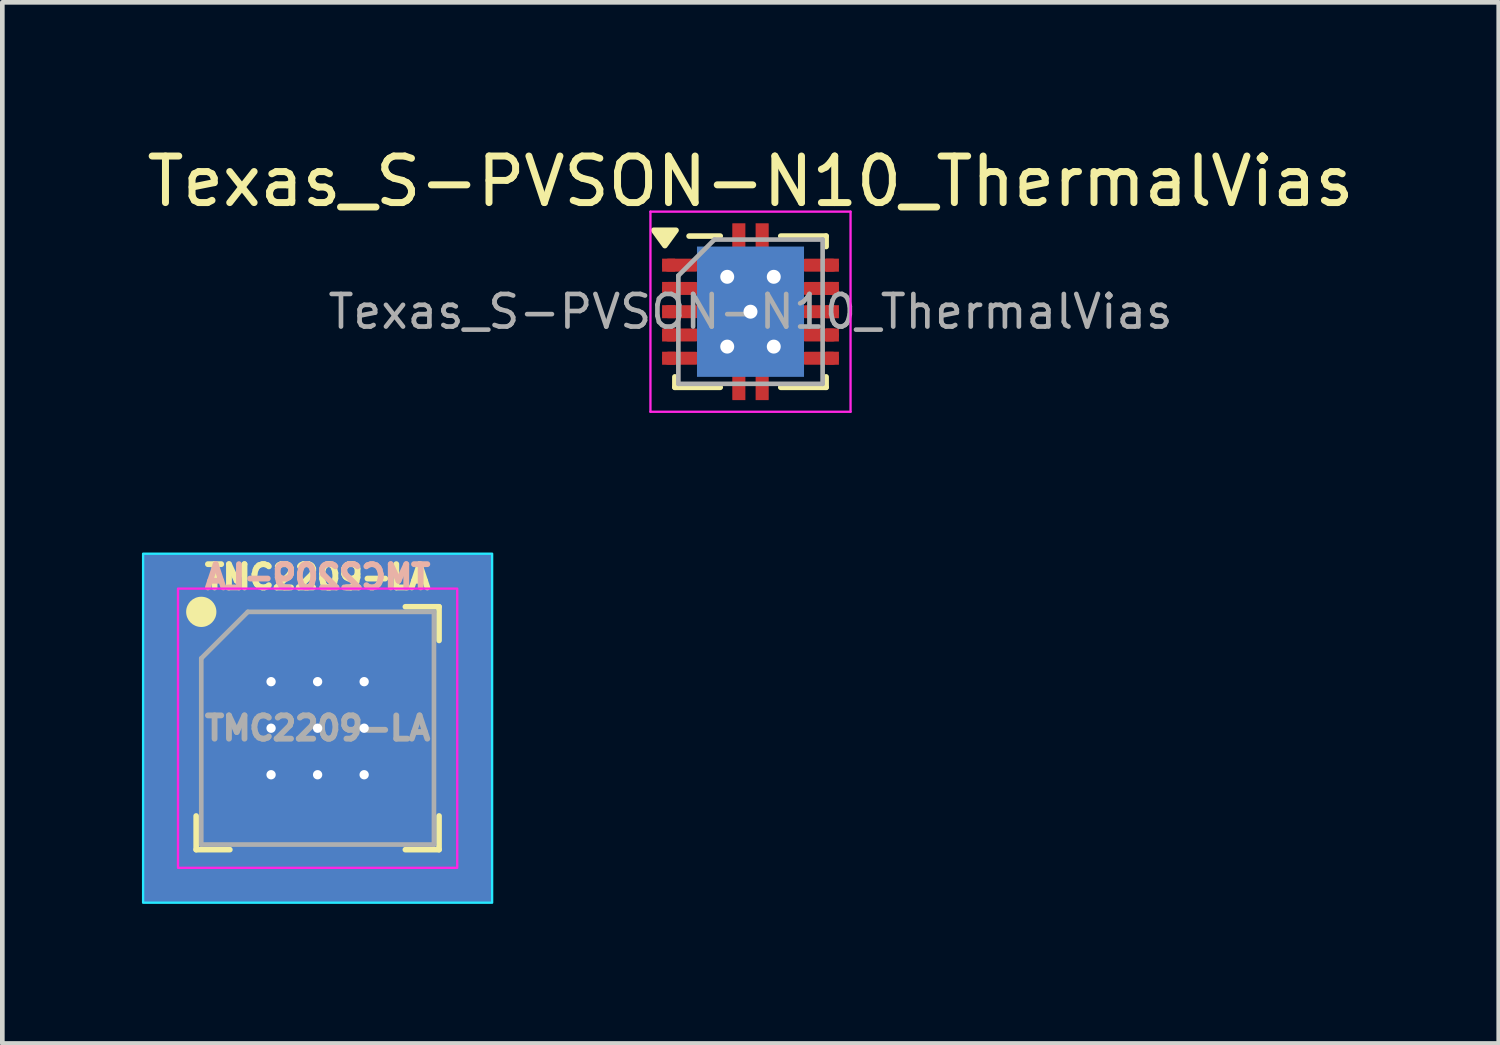
<source format=kicad_pcb>
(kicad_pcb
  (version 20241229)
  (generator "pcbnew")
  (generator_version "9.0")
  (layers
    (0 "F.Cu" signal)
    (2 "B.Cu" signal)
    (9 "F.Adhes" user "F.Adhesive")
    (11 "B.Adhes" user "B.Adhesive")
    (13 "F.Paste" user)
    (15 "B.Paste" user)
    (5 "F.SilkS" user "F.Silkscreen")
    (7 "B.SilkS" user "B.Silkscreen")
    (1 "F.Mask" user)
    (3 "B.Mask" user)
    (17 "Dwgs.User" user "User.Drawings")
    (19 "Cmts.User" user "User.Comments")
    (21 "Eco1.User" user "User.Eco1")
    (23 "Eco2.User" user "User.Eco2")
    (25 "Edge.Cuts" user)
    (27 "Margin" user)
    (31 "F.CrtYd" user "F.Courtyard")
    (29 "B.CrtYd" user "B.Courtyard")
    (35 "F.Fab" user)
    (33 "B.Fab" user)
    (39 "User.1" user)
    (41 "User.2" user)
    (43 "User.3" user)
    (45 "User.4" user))
  (footprint "Texas_S-PVSON-N10_ThermalVias"
    (layer "F.Cu")
    (at 13.077 3.648)
    (property "Reference" "Texas_S-PVSON-N10_ThermalVias" (at 0 -2.8 0) (layer "F.SilkS") (effects (font (size 1 1) (thickness 0.15))))
    (attr smd)
    (fp_line (start -1.625 1.625) (end -1.625 1.4) (stroke (width 0.12) (type solid)) (layer "F.SilkS"))
    (fp_line (start -1.625 1.625) (end -0.65 1.625) (stroke (width 0.12) (type solid)) (layer "F.SilkS"))
    (fp_line (start -1.32 -1.625) (end -0.65 -1.625) (stroke (width 0.12) (type solid)) (layer "F.SilkS"))
    (fp_line (start 0.65 -1.625) (end 1.625 -1.625) (stroke (width 0.12) (type solid)) (layer "F.SilkS"))
    (fp_line (start 0.65 1.625) (end 1.625 1.625) (stroke (width 0.12) (type solid)) (layer "F.SilkS"))
    (fp_line (start 1.625 -1.4) (end 1.625 -1.625) (stroke (width 0.12) (type solid)) (layer "F.SilkS"))
    (fp_line (start 1.625 1.4) (end 1.625 1.625) (stroke (width 0.12) (type solid)) (layer "F.SilkS"))
    (fp_poly (pts (xy -1.84 -1.42) (xy -2.08 -1.75) (xy -1.6 -1.75) (xy -1.84 -1.42)) (stroke (width 0.12) (type solid)) (fill yes) (layer "F.SilkS"))
    (fp_line (start -2.15 -2.15) (end -2.15 2.15) (stroke (width 0.05) (type solid)) (layer "F.CrtYd"))
    (fp_line (start -2.15 -2.15) (end 2.15 -2.15) (stroke (width 0.05) (type solid)) (layer "F.CrtYd"))
    (fp_line (start -2.15 2.15) (end 2.15 2.15) (stroke (width 0.05) (type solid)) (layer "F.CrtYd"))
    (fp_line (start 2.15 -2.15) (end 2.15 2.15) (stroke (width 0.05) (type solid)) (layer "F.CrtYd"))
    (fp_line (start -1.55 1.55) (end -1.55 -0.775) (stroke (width 0.1) (type solid)) (layer "F.Fab"))
    (fp_line (start -0.775 -1.55) (end -1.55 -0.775) (stroke (width 0.1) (type solid)) (layer "F.Fab"))
    (fp_line (start -0.775 -1.55) (end 1.55 -1.55) (stroke (width 0.1) (type solid)) (layer "F.Fab"))
    (fp_line (start 1.55 -1.55) (end 1.55 1.55) (stroke (width 0.1) (type solid)) (layer "F.Fab"))
    (fp_line (start 1.55 1.55) (end -1.55 1.55) (stroke (width 0.1) (type solid)) (layer "F.Fab"))
    (fp_text user "${REFERENCE}" (at 0 0 0) (layer "F.Fab") (effects (font (size 0.7 0.7) (thickness 0.1))))
    (pad "1" smd rect (at -1.76 -1) (size 0.28 0.28) (layers "F.Cu" "F.Mask" "F.Paste"))
    (pad "1" smd oval (at -1.475 -1) (size 0.85 0.28) (layers "F.Cu" "F.Mask" "F.Paste"))
    (pad "2" smd rect (at -1.76 -0.5) (size 0.28 0.28) (layers "F.Cu" "F.Mask" "F.Paste"))
    (pad "2" smd oval (at -1.475 -0.5) (size 0.85 0.28) (layers "F.Cu" "F.Mask" "F.Paste"))
    (pad "3" smd rect (at -1.76 0) (size 0.28 0.28) (layers "F.Cu" "F.Mask" "F.Paste"))
    (pad "3" smd oval (at -1.475 0) (size 0.85 0.28) (layers "F.Cu" "F.Mask" "F.Paste"))
    (pad "4" smd rect (at -1.76 0.5) (size 0.28 0.28) (layers "F.Cu" "F.Mask" "F.Paste"))
    (pad "4" smd oval (at -1.475 0.5) (size 0.85 0.28) (layers "F.Cu" "F.Mask" "F.Paste"))
    (pad "5" smd rect (at -1.76 1) (size 0.28 0.28) (layers "F.Cu" "F.Mask" "F.Paste"))
    (pad "5" smd oval (at -1.475 1) (size 0.85 0.28) (layers "F.Cu" "F.Mask" "F.Paste"))
    (pad "6" smd oval (at 1.475 1) (size 0.85 0.28) (layers "F.Cu" "F.Mask" "F.Paste"))
    (pad "6" smd rect (at 1.76 1) (size 0.28 0.28) (layers "F.Cu" "F.Mask" "F.Paste"))
    (pad "7" smd oval (at 1.475 0.5) (size 0.85 0.28) (layers "F.Cu" "F.Mask" "F.Paste"))
    (pad "7" smd rect (at 1.76 0.5) (size 0.28 0.28) (layers "F.Cu" "F.Mask" "F.Paste"))
    (pad "8" smd oval (at 1.475 0) (size 0.85 0.28) (layers "F.Cu" "F.Mask" "F.Paste"))
    (pad "8" smd rect (at 1.76 0) (size 0.28 0.28) (layers "F.Cu" "F.Mask" "F.Paste"))
    (pad "9" smd oval (at 1.475 -0.5) (size 0.85 0.28) (layers "F.Cu" "F.Mask" "F.Paste"))
    (pad "9" smd rect (at 1.76 -0.5) (size 0.28 0.28) (layers "F.Cu" "F.Mask" "F.Paste"))
    (pad "10" smd oval (at 1.475 -1) (size 0.85 0.28) (layers "F.Cu" "F.Mask" "F.Paste"))
    (pad "10" smd rect (at 1.76 -1) (size 0.28 0.28) (layers "F.Cu" "F.Mask" "F.Paste"))
    (pad "11" thru_hole circle (at -0.5 -0.75) (size 0.6 0.6) (drill 0.3) (layers "*.Cu" "*.Mask"))
    (pad "11" thru_hole circle (at -0.5 0.75) (size 0.6 0.6) (drill 0.3) (layers "*.Cu" "*.Mask"))
    (pad "11" smd rect (at -0.45 -0.635) (size 0.68 1.05) (layers "F.Cu" "F.Mask" "F.Paste"))
    (pad "11" smd rect (at -0.45 0.635) (size 0.68 1.05) (layers "F.Cu" "F.Mask" "F.Paste"))
    (pad "11" smd rect (at -0.25 -1.63) (size 0.26 0.5) (layers "F.Cu" "F.Mask" "F.Paste"))
    (pad "11" smd rect (at -0.25 -1.55) (size 0.28 0.7) (layers "F.Cu" "F.Mask"))
    (pad "11" smd rect (at -0.25 1.55) (size 0.28 0.7) (layers "F.Cu" "F.Mask"))
    (pad "11" smd rect (at -0.25 1.63) (size 0.26 0.5) (layers "F.Cu" "F.Mask" "F.Paste"))
    (pad "11" thru_hole circle (at 0 0) (size 0.6 0.6) (drill 0.3) (layers "*.Cu" "*.Mask"))
    (pad "11" smd rect (at 0 0) (size 1.65 2.4) (layers "F.Cu" "F.Mask"))
    (pad "11" smd rect (at 0 0) (size 2.3 2.8) (layers "B.Cu"))
    (pad "11" smd rect (at 0.25 -1.63) (size 0.26 0.5) (layers "F.Cu" "F.Mask" "F.Paste"))
    (pad "11" smd rect (at 0.25 -1.55) (size 0.28 0.7) (layers "F.Cu" "F.Mask"))
    (pad "11" smd rect (at 0.25 1.55) (size 0.28 0.7) (layers "F.Cu" "F.Mask"))
    (pad "11" smd rect (at 0.25 1.63) (size 0.26 0.5) (layers "F.Cu" "F.Mask" "F.Paste"))
    (pad "11" smd rect (at 0.45 -0.635) (size 0.68 1.05) (layers "F.Cu" "F.Mask" "F.Paste"))
    (pad "11" smd rect (at 0.45 0.635) (size 0.68 1.05) (layers "F.Cu" "F.Mask" "F.Paste"))
    (pad "11" thru_hole circle (at 0.5 -0.75) (size 0.6 0.6) (drill 0.3) (layers "*.Cu" "*.Mask"))
    (pad "11" thru_hole circle (at 0.5 0.75) (size 0.6 0.6) (drill 0.3) (layers "*.Cu" "*.Mask")))
  (footprint "TMC2209-LA"
    (layer "F.Cu")
    (at 3.775 12.598)
    (property "Reference" "TMC2209-LA" (at 0 -3.25 0) (layer "F.SilkS") (effects (font (size 0.5 0.5) (thickness 0.125))))
    (property "Value" "TMC2209-LA" (at 0 3.25 0) (layer "F.Fab") (hide yes) (effects (font (size 0.5 0.5) (thickness 0.125))))
    (attr smd)
    (fp_line (start -2.61 2.61) (end -2.61 1.885) (stroke (width 0.12) (type solid)) (layer "F.SilkS"))
    (fp_line (start -1.885 2.61) (end -2.61 2.61) (stroke (width 0.12) (type solid)) (layer "F.SilkS"))
    (fp_line (start 1.885 -2.61) (end 2.61 -2.61) (stroke (width 0.12) (type solid)) (layer "F.SilkS"))
    (fp_line (start 1.885 2.61) (end 2.61 2.61) (stroke (width 0.12) (type solid)) (layer "F.SilkS"))
    (fp_line (start 2.61 -2.61) (end 2.61 -1.885) (stroke (width 0.12) (type solid)) (layer "F.SilkS"))
    (fp_line (start 2.61 2.61) (end 2.61 1.885) (stroke (width 0.12) (type solid)) (layer "F.SilkS"))
    (fp_circle (center -2.5 -2.5) (end -2.25 -2.5) (stroke (width 0.15) (type solid)) (fill yes) (layer "F.SilkS"))
    (fp_rect (start -3.75 -3.75) (end 3.75 3.75) (stroke (width 0.05) (type default)) (fill no) (layer "B.CrtYd"))
    (fp_rect (start -3 -3) (end 3 3) (stroke (width 0.05) (type default)) (fill no) (layer "F.CrtYd"))
    (fp_line (start -2.5 -1.5) (end -1.5 -2.5) (stroke (width 0.1) (type solid)) (layer "F.Fab"))
    (fp_line (start -2.5 2.5) (end -2.5 -1.5) (stroke (width 0.1) (type solid)) (layer "F.Fab"))
    (fp_line (start -1.5 -2.5) (end 2.5 -2.5) (stroke (width 0.1) (type solid)) (layer "F.Fab"))
    (fp_line (start 2.5 -2.5) (end 2.5 2.5) (stroke (width 0.1) (type solid)) (layer "F.Fab"))
    (fp_line (start 2.5 2.5) (end -2.5 2.5) (stroke (width 0.1) (type solid)) (layer "F.Fab"))
    (fp_text user "${VALUE}" (at 0 -3.25 0) (layer "B.SilkS") (effects (font (size 0.5 0.5) (thickness 0.125)) (justify mirror)))
    (fp_text user "${REFERENCE}" (at 0 0 0) (layer "F.Fab") (effects (font (size 0.5 0.5) (thickness 0.125))))
    (pad "" smd custom (at -1.337 -1.337) (size 0.437 0.437) (layers "F.Paste") (options (anchor circle)) (primitives (gr_poly (pts (xy -0.165 -0.165) (xy 0.165 -0.165) (xy 0.165 0.076) (xy 0.076 0.165) (xy -0.165 0.165)) (width 0.215) (fill yes))))
    (pad "" smd custom (at -1.337 -0.5) (size 0.459 0.459) (layers "F.Paste") (options (anchor circle)) (primitives (gr_poly (pts (xy -0.187 -0.318) (xy 0.116 -0.318) (xy 0.187 -0.247) (xy 0.187 0.247) (xy 0.116 0.318) (xy -0.187 0.318)) (width 0.17) (fill yes))))
    (pad "" smd custom (at -1.337 0.5) (size 0.459 0.459) (layers "F.Paste") (options (anchor circle)) (primitives (gr_poly (pts (xy -0.187 -0.318) (xy 0.116 -0.318) (xy 0.187 -0.247) (xy 0.187 0.247) (xy 0.116 0.318) (xy -0.187 0.318)) (width 0.17) (fill yes))))
    (pad "" smd custom (at -1.337 1.337) (size 0.437 0.437) (layers "F.Paste") (options (anchor circle)) (primitives (gr_poly (pts (xy -0.165 -0.165) (xy 0.076 -0.165) (xy 0.165 -0.076) (xy 0.165 0.165) (xy -0.165 0.165)) (width 0.215) (fill yes))))
    (pad "" smd custom (at -0.5 -1.337) (size 0.459 0.459) (layers "F.Paste") (options (anchor circle)) (primitives (gr_poly (pts (xy -0.318 -0.187) (xy 0.318 -0.187) (xy 0.318 0.116) (xy 0.247 0.187) (xy -0.247 0.187) (xy -0.318 0.116)) (width 0.17) (fill yes))))
    (pad "" smd roundrect (at -0.5 -0.5) (size 0.806 0.806) (layers "F.Paste") (roundrect_rratio 0.25))
    (pad "" smd roundrect (at -0.5 0.5) (size 0.806 0.806) (layers "F.Paste") (roundrect_rratio 0.25))
    (pad "" smd custom (at -0.5 1.337) (size 0.459 0.459) (layers "F.Paste") (options (anchor circle)) (primitives (gr_poly (pts (xy -0.318 -0.116) (xy -0.247 -0.187) (xy 0.247 -0.187) (xy 0.318 -0.116) (xy 0.318 0.187) (xy -0.318 0.187)) (width 0.17) (fill yes))))
    (pad "" smd custom (at 0.5 -1.337) (size 0.459 0.459) (layers "F.Paste") (options (anchor circle)) (primitives (gr_poly (pts (xy -0.318 -0.187) (xy 0.318 -0.187) (xy 0.318 0.116) (xy 0.247 0.187) (xy -0.247 0.187) (xy -0.318 0.116)) (width 0.17) (fill yes))))
    (pad "" smd roundrect (at 0.5 -0.5) (size 0.806 0.806) (layers "F.Paste") (roundrect_rratio 0.25))
    (pad "" smd roundrect (at 0.5 0.5) (size 0.806 0.806) (layers "F.Paste") (roundrect_rratio 0.25))
    (pad "" smd custom (at 0.5 1.337) (size 0.459 0.459) (layers "F.Paste") (options (anchor circle)) (primitives (gr_poly (pts (xy -0.318 -0.116) (xy -0.247 -0.187) (xy 0.247 -0.187) (xy 0.318 -0.116) (xy 0.318 0.187) (xy -0.318 0.187)) (width 0.17) (fill yes))))
    (pad "" smd custom (at 1.337 -1.337) (size 0.437 0.437) (layers "F.Paste") (options (anchor circle)) (primitives (gr_poly (pts (xy -0.165 -0.165) (xy 0.165 -0.165) (xy 0.165 0.165) (xy -0.076 0.165) (xy -0.165 0.076)) (width 0.215) (fill yes))))
    (pad "" smd custom (at 1.337 -0.5) (size 0.459 0.459) (layers "F.Paste") (options (anchor circle)) (primitives (gr_poly (pts (xy -0.187 -0.247) (xy -0.116 -0.318) (xy 0.187 -0.318) (xy 0.187 0.318) (xy -0.116 0.318) (xy -0.187 0.247)) (width 0.17) (fill yes))))
    (pad "" smd custom (at 1.337 0.5) (size 0.459 0.459) (layers "F.Paste") (options (anchor circle)) (primitives (gr_poly (pts (xy -0.187 -0.247) (xy -0.116 -0.318) (xy 0.187 -0.318) (xy 0.187 0.318) (xy -0.116 0.318) (xy -0.187 0.247)) (width 0.17) (fill yes))))
    (pad "" smd custom (at 1.337 1.337) (size 0.437 0.437) (layers "F.Paste") (options (anchor circle)) (primitives (gr_poly (pts (xy -0.165 -0.076) (xy -0.076 -0.165) (xy 0.165 -0.165) (xy 0.165 0.165) (xy -0.165 0.165)) (width 0.215) (fill yes))))
    (pad "1" smd roundrect (at -2.5 -1.5) (size 0.8 0.33) (layers "F.Cu" "F.Mask" "F.Paste") (roundrect_rratio 0.25))
    (pad "2" smd roundrect (at -2.5 -1) (size 0.8 0.33) (layers "F.Cu" "F.Mask" "F.Paste") (roundrect_rratio 0.25))
    (pad "3" smd roundrect (at -2.5 -0.5) (size 0.8 0.33) (layers "F.Cu" "F.Mask" "F.Paste") (roundrect_rratio 0.25))
    (pad "4" smd roundrect (at -2.5 0) (size 0.8 0.33) (layers "F.Cu" "F.Mask" "F.Paste") (roundrect_rratio 0.25))
    (pad "5" smd roundrect (at -2.5 0.5) (size 0.8 0.33) (layers "F.Cu" "F.Mask" "F.Paste") (roundrect_rratio 0.25))
    (pad "6" smd roundrect (at -2.5 1) (size 0.8 0.33) (layers "F.Cu" "F.Mask" "F.Paste") (roundrect_rratio 0.25))
    (pad "7" smd roundrect (at -2.5 1.5) (size 0.8 0.33) (layers "F.Cu" "F.Mask" "F.Paste") (roundrect_rratio 0.25))
    (pad "8" smd roundrect (at -1.5 2.5) (size 0.33 0.8) (layers "F.Cu" "F.Mask" "F.Paste") (roundrect_rratio 0.25))
    (pad "9" smd roundrect (at -1 2.5) (size 0.33 0.8) (layers "F.Cu" "F.Mask" "F.Paste") (roundrect_rratio 0.25))
    (pad "10" smd roundrect (at -0.5 2.5) (size 0.33 0.8) (layers "F.Cu" "F.Mask" "F.Paste") (roundrect_rratio 0.25))
    (pad "11" smd roundrect (at 0 2.5) (size 0.33 0.8) (layers "F.Cu" "F.Mask" "F.Paste") (roundrect_rratio 0.25))
    (pad "12" smd roundrect (at 0.5 2.5) (size 0.33 0.8) (layers "F.Cu" "F.Mask" "F.Paste") (roundrect_rratio 0.25))
    (pad "13" smd roundrect (at 1 2.5) (size 0.33 0.8) (layers "F.Cu" "F.Mask" "F.Paste") (roundrect_rratio 0.25))
    (pad "14" smd roundrect (at 1.5 2.5) (size 0.33 0.8) (layers "F.Cu" "F.Mask" "F.Paste") (roundrect_rratio 0.25))
    (pad "15" smd roundrect (at 2.5 1.5) (size 0.8 0.33) (layers "F.Cu" "F.Mask" "F.Paste") (roundrect_rratio 0.25))
    (pad "16" smd roundrect (at 2.5 1) (size 0.8 0.33) (layers "F.Cu" "F.Mask" "F.Paste") (roundrect_rratio 0.25))
    (pad "17" smd roundrect (at 2.5 0.5) (size 0.8 0.33) (layers "F.Cu" "F.Mask" "F.Paste") (roundrect_rratio 0.25))
    (pad "18" smd roundrect (at 2.5 0) (size 0.8 0.33) (layers "F.Cu" "F.Mask" "F.Paste") (roundrect_rratio 0.25))
    (pad "19" smd roundrect (at 2.5 -0.5) (size 0.8 0.33) (layers "F.Cu" "F.Mask" "F.Paste") (roundrect_rratio 0.25))
    (pad "20" smd roundrect (at 2.5 -1) (size 0.8 0.33) (layers "F.Cu" "F.Mask" "F.Paste") (roundrect_rratio 0.25))
    (pad "21" smd roundrect (at 2.5 -1.5) (size 0.8 0.33) (layers "F.Cu" "F.Mask" "F.Paste") (roundrect_rratio 0.25))
    (pad "22" smd roundrect (at 1.5 -2.5) (size 0.33 0.8) (layers "F.Cu" "F.Mask" "F.Paste") (roundrect_rratio 0.25))
    (pad "23" smd roundrect (at 1 -2.5) (size 0.33 0.8) (layers "F.Cu" "F.Mask" "F.Paste") (roundrect_rratio 0.25))
    (pad "24" smd roundrect (at 0.5 -2.5) (size 0.33 0.8) (layers "F.Cu" "F.Mask" "F.Paste") (roundrect_rratio 0.25))
    (pad "25" smd roundrect (at 0 -2.5) (size 0.33 0.8) (layers "F.Cu" "F.Mask" "F.Paste") (roundrect_rratio 0.25))
    (pad "26" smd roundrect (at -0.5 -2.5) (size 0.33 0.8) (layers "F.Cu" "F.Mask" "F.Paste") (roundrect_rratio 0.25))
    (pad "27" smd roundrect (at -1 -2.5) (size 0.33 0.8) (layers "F.Cu" "F.Mask" "F.Paste") (roundrect_rratio 0.25))
    (pad "28" smd roundrect (at -1.5 -2.5) (size 0.33 0.8) (layers "F.Cu" "F.Mask" "F.Paste") (roundrect_rratio 0.25))
    (pad "29" thru_hole circle (at -1 -1) (size 0.5 0.5) (drill 0.2) (layers "*.Cu"))
    (pad "29" thru_hole circle (at -1 0) (size 0.5 0.5) (drill 0.2) (layers "*.Cu"))
    (pad "29" thru_hole circle (at -1 1) (size 0.5 0.5) (drill 0.2) (layers "*.Cu"))
    (pad "29" thru_hole circle (at 0 -1) (size 0.5 0.5) (drill 0.2) (layers "*.Cu"))
    (pad "29" thru_hole circle (at 0 0) (size 0.5 0.5) (drill 0.2) (layers "*.Cu"))
    (pad "29" smd rect (at 0 0) (size 3.7 3.7) (layers "F.Cu" "F.Mask"))
    (pad "29" smd rect (at 0 0) (size 7.5 7.5) (layers "B.Cu"))
    (pad "29" thru_hole circle (at 0 1) (size 0.5 0.5) (drill 0.2) (layers "*.Cu"))
    (pad "29" thru_hole circle (at 1 -1) (size 0.5 0.5) (drill 0.2) (layers "*.Cu"))
    (pad "29" thru_hole circle (at 1 0) (size 0.5 0.5) (drill 0.2) (layers "*.Cu"))
    (pad "29" thru_hole circle (at 1 1) (size 0.5 0.5) (drill 0.2) (layers "*.Cu")))
  (gr_rect
    (start -3 -3)
    (end 29.155 19.373)
    (stroke (width 0.1) (type default))
    (fill no)
    (layer "Edge.Cuts")))
</source>
